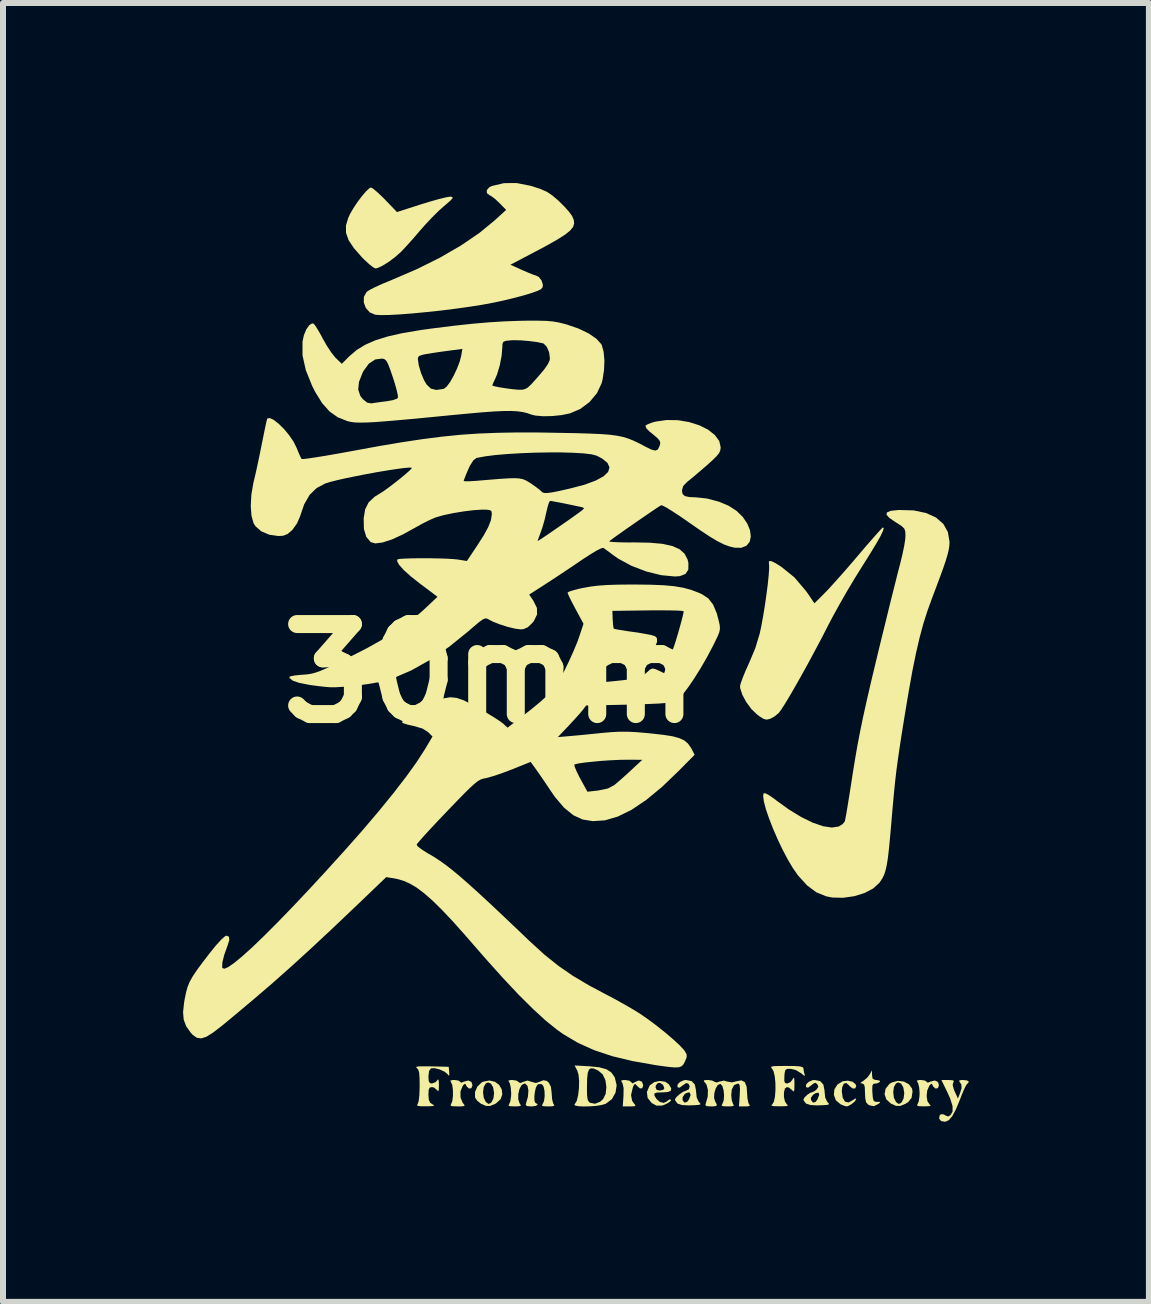
<source format=kicad_pcb>
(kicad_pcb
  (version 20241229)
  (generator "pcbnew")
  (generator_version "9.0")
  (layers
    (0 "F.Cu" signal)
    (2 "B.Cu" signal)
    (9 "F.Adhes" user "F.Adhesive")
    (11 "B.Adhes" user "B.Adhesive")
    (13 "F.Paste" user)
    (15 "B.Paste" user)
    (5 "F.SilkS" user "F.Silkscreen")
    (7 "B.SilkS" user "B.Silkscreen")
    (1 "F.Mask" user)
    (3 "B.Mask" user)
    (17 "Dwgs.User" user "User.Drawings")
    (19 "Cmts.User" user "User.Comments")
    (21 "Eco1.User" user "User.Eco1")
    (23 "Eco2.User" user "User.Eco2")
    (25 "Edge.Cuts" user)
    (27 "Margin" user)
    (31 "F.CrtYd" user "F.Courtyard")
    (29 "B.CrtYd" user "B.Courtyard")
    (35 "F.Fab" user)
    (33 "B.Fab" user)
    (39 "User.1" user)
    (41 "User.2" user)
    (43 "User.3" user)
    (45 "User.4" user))
  (footprint "30mm"
    (layer "F.Cu")
    (at 5.115 8.169)
    (property "Reference" "30mm" (at 0 0 0) (layer "F.SilkS") (effects (font (size 1.5 1.5) (thickness 0.3))))
    (attr board_only exclude_from_pos_files exclude_from_bom)
    (fp_poly (pts (xy 2.319 6.786) (xy 2.354 6.812) (xy 2.374 6.833) (xy 2.415 6.809) (xy 2.415 6.809) (xy 2.478 6.783) (xy 2.53 6.803) (xy 2.552 6.862) (xy 2.552 6.862) (xy 2.536 6.912) (xy 2.497 6.915) (xy 2.447 6.871) (xy 2.419 6.84) (xy 2.398 6.854) (xy 2.378 6.902) (xy 2.349 7.026) (xy 2.367 7.122) (xy 2.395 7.162) (xy 2.422 7.196) (xy 2.412 7.211) (xy 2.356 7.215) (xy 2.327 7.215) (xy 2.211 7.215) (xy 2.223 7.039) (xy 2.225 6.911) (xy 2.208 6.832) (xy 2.2 6.819) (xy 2.183 6.789) (xy 2.209 6.777) (xy 2.252 6.775)) (stroke (width 0) (type solid)) (fill yes) (layer "F.SilkS"))
    (fp_poly (pts (xy 6.039 6.804) (xy 6.09 6.845) (xy 6.101 6.877) (xy 6.083 6.916) (xy 6.04 6.916) (xy 5.991 6.878) (xy 5.98 6.863) (xy 5.934 6.824) (xy 5.893 6.837) (xy 5.867 6.896) (xy 5.86 6.963) (xy 5.875 7.071) (xy 5.914 7.135) (xy 5.972 7.15) (xy 6.044 7.111) (xy 6.047 7.108) (xy 6.087 7.083) (xy 6.101 7.092) (xy 6.078 7.131) (xy 6.025 7.176) (xy 5.967 7.209) (xy 5.94 7.215) (xy 5.893 7.202) (xy 5.837 7.178) (xy 5.761 7.112) (xy 5.728 7.024) (xy 5.737 6.932) (xy 5.787 6.851) (xy 5.876 6.796) (xy 5.876 6.796) (xy 5.961 6.786)) (stroke (width 0) (type solid)) (fill yes) (layer "F.SilkS"))
    (fp_poly (pts (xy -0.528 6.784) (xy -0.499 6.804) (xy -0.499 6.806) (xy -0.478 6.82) (xy -0.438 6.803) (xy -0.362 6.783) (xy -0.31 6.808) (xy -0.293 6.862) (xy -0.311 6.911) (xy -0.351 6.918) (xy -0.389 6.883) (xy -0.395 6.871) (xy -0.413 6.837) (xy -0.436 6.849) (xy -0.457 6.876) (xy -0.493 6.965) (xy -0.492 7.067) (xy -0.457 7.153) (xy -0.45 7.162) (xy -0.425 7.194) (xy -0.432 7.209) (xy -0.482 7.215) (xy -0.544 7.215) (xy -0.627 7.212) (xy -0.66 7.201) (xy -0.651 7.18) (xy -0.629 7.127) (xy -0.618 7.04) (xy -0.619 6.943) (xy -0.63 6.858) (xy -0.651 6.81) (xy -0.663 6.786) (xy -0.629 6.776) (xy -0.592 6.775)) (stroke (width 0) (type solid)) (fill yes) (layer "F.SilkS"))
    (fp_poly (pts (xy 6.894 6.801) (xy 6.978 6.846) (xy 7.03 6.916) (xy 7.039 6.968) (xy 7.023 7.072) (xy 6.967 7.143) (xy 6.92 7.172) (xy 6.834 7.207) (xy 6.764 7.206) (xy 6.68 7.169) (xy 6.603 7.1) (xy 6.573 7.012) (xy 6.579 6.981) (xy 6.717 6.981) (xy 6.729 7.072) (xy 6.763 7.14) (xy 6.765 7.142) (xy 6.806 7.174) (xy 6.841 7.161) (xy 6.859 7.144) (xy 6.89 7.082) (xy 6.901 6.994) (xy 6.901 6.992) (xy 6.885 6.897) (xy 6.849 6.835) (xy 6.8 6.815) (xy 6.762 6.833) (xy 6.728 6.893) (xy 6.717 6.981) (xy 6.579 6.981) (xy 6.59 6.921) (xy 6.652 6.842) (xy 6.693 6.817) (xy 6.794 6.789)) (stroke (width 0) (type solid)) (fill yes) (layer "F.SilkS"))
    (fp_poly (pts (xy 0.082 6.805) (xy 0.152 6.858) (xy 0.195 6.932) (xy 0.204 7.016) (xy 0.174 7.097) (xy 0.098 7.166) (xy 0.086 7.172) (xy -0.000064 7.208) (xy -0.071 7.206) (xy -0.152 7.17) (xy -0.215 7.12) (xy -0.25 7.067) (xy -0.251 6.981) (xy -0.117 6.981) (xy -0.105 7.072) (xy -0.071 7.14) (xy -0.069 7.142) (xy -0.028 7.174) (xy 0.007 7.161) (xy 0.025 7.144) (xy 0.056 7.082) (xy 0.067 6.994) (xy 0.067 6.992) (xy 0.051 6.897) (xy 0.015 6.835) (xy -0.034 6.815) (xy -0.072 6.833) (xy -0.106 6.893) (xy -0.117 6.981) (xy -0.251 6.981) (xy -0.251 6.976) (xy -0.211 6.884) (xy -0.14 6.816) (xy -0.117 6.804) (xy -0.01 6.783)) (stroke (width 0) (type solid)) (fill yes) (layer "F.SilkS"))
    (fp_poly (pts (xy 6.364 6.695) (xy 6.374 6.754) (xy 6.415 6.774) (xy 6.44 6.775) (xy 6.49 6.785) (xy 6.497 6.805) (xy 6.455 6.829) (xy 6.42 6.834) (xy 6.386 6.84) (xy 6.37 6.869) (xy 6.368 6.935) (xy 6.37 6.988) (xy 6.378 7.078) (xy 6.392 7.123) (xy 6.421 7.138) (xy 6.45 7.139) (xy 6.498 7.14) (xy 6.492 7.156) (xy 6.466 7.176) (xy 6.396 7.211) (xy 6.329 7.199) (xy 6.299 7.184) (xy 6.266 7.148) (xy 6.251 7.08) (xy 6.247 6.994) (xy 6.244 6.9) (xy 6.232 6.851) (xy 6.206 6.834) (xy 6.196 6.833) (xy 6.169 6.827) (xy 6.193 6.806) (xy 6.215 6.793) (xy 6.284 6.736) (xy 6.324 6.684) (xy 6.363 6.614)) (stroke (width 0) (type solid)) (fill yes) (layer "F.SilkS"))
    (fp_poly (pts (xy 7.244 6.784) (xy 7.274 6.804) (xy 7.274 6.806) (xy 7.294 6.82) (xy 7.335 6.803) (xy 7.41 6.783) (xy 7.463 6.808) (xy 7.479 6.862) (xy 7.461 6.911) (xy 7.422 6.918) (xy 7.383 6.883) (xy 7.378 6.871) (xy 7.359 6.837) (xy 7.336 6.849) (xy 7.316 6.876) (xy 7.283 6.952) (xy 7.274 7.043) (xy 7.287 7.128) (xy 7.322 7.181) (xy 7.325 7.184) (xy 7.344 7.201) (xy 7.317 7.211) (xy 7.239 7.214) (xy 7.231 7.214) (xy 7.147 7.212) (xy 7.113 7.201) (xy 7.121 7.18) (xy 7.121 7.18) (xy 7.142 7.132) (xy 7.154 7.048) (xy 7.157 6.995) (xy 7.15 6.902) (xy 7.133 6.832) (xy 7.121 6.81) (xy 7.109 6.786) (xy 7.144 6.776) (xy 7.18 6.775)) (stroke (width 0) (type solid)) (fill yes) (layer "F.SilkS"))
    (fp_poly (pts (xy 2.919 6.804) (xy 2.98 6.848) (xy 3.019 6.916) (xy 3.01 6.957) (xy 2.951 6.977) (xy 2.874 6.981) (xy 2.78 6.984) (xy 2.737 7) (xy 2.739 7.036) (xy 2.773 7.091) (xy 2.83 7.141) (xy 2.894 7.156) (xy 2.944 7.133) (xy 2.948 7.127) (xy 2.99 7.099) (xy 3 7.098) (xy 3.018 7.109) (xy 2.998 7.135) (xy 2.951 7.166) (xy 2.891 7.193) (xy 2.859 7.202) (xy 2.77 7.201) (xy 2.691 7.157) (xy 2.625 7.073) (xy 2.613 6.975) (xy 2.646 6.896) (xy 2.757 6.896) (xy 2.776 6.94) (xy 2.83 6.951) (xy 2.886 6.938) (xy 2.904 6.913) (xy 2.882 6.856) (xy 2.833 6.823) (xy 2.797 6.825) (xy 2.763 6.863) (xy 2.757 6.896) (xy 2.646 6.896) (xy 2.655 6.875) (xy 2.665 6.861) (xy 2.737 6.81) (xy 2.829 6.791)) (stroke (width 0) (type solid)) (fill yes) (layer "F.SilkS"))
    (fp_poly (pts (xy 7.707 6.779) (xy 7.729 6.794) (xy 7.719 6.813) (xy 7.707 6.859) (xy 7.729 6.937) (xy 7.742 6.967) (xy 7.795 7.083) (xy 7.828 7.001) (xy 7.856 6.91) (xy 7.852 6.849) (xy 7.825 6.81) (xy 7.813 6.786) (xy 7.848 6.776) (xy 7.884 6.775) (xy 7.948 6.783) (xy 7.978 6.803) (xy 7.978 6.805) (xy 7.959 6.833) (xy 7.954 6.834) (xy 7.933 6.86) (xy 7.899 6.928) (xy 7.857 7.028) (xy 7.833 7.091) (xy 7.764 7.259) (xy 7.702 7.376) (xy 7.643 7.445) (xy 7.583 7.471) (xy 7.517 7.46) (xy 7.516 7.46) (xy 7.483 7.421) (xy 7.488 7.37) (xy 7.51 7.346) (xy 7.555 7.347) (xy 7.583 7.363) (xy 7.63 7.383) (xy 7.67 7.362) (xy 7.706 7.302) (xy 7.706 7.212) (xy 7.667 7.086) (xy 7.616 6.973) (xy 7.52 6.775) (xy 7.635 6.775)) (stroke (width 0) (type solid)) (fill yes) (layer "F.SilkS"))
    (fp_poly (pts (xy -1.948 -8.075) (xy -1.883 -8.021) (xy -1.8 -7.943) (xy -1.748 -7.891) (xy -1.551 -7.686) (xy -1.137 -7.819) (xy -0.985 -7.865) (xy -0.849 -7.903) (xy -0.74 -7.93) (xy -0.67 -7.942) (xy -0.655 -7.943) (xy -0.626 -7.934) (xy -0.626 -7.915) (xy -0.659 -7.878) (xy -0.733 -7.814) (xy -0.765 -7.787) (xy -0.86 -7.702) (xy -0.975 -7.587) (xy -1.093 -7.461) (xy -1.167 -7.377) (xy -1.267 -7.26) (xy -1.365 -7.15) (xy -1.448 -7.06) (xy -1.495 -7.012) (xy -1.588 -6.931) (xy -1.692 -6.854) (xy -1.792 -6.792) (xy -1.873 -6.754) (xy -1.908 -6.746) (xy -1.949 -6.766) (xy -2.017 -6.82) (xy -2.1 -6.897) (xy -2.132 -6.929) (xy -2.268 -7.084) (xy -2.357 -7.217) (xy -2.4 -7.34) (xy -2.401 -7.461) (xy -2.362 -7.591) (xy -2.334 -7.651) (xy -2.276 -7.752) (xy -2.205 -7.858) (xy -2.13 -7.957) (xy -2.061 -8.037) (xy -2.006 -8.086) (xy -1.984 -8.095)) (stroke (width 0) (type solid)) (fill yes) (layer "F.SilkS"))
    (fp_poly (pts (xy 3.358 6.793) (xy 3.412 6.851) (xy 3.432 6.953) (xy 3.432 6.965) (xy 3.443 7.068) (xy 3.475 7.136) (xy 3.478 7.14) (xy 3.502 7.166) (xy 3.504 7.181) (xy 3.474 7.19) (xy 3.404 7.195) (xy 3.303 7.198) (xy 3.198 7.192) (xy 3.129 7.17) (xy 3.119 7.163) (xy 3.086 7.117) (xy 3.084 7.112) (xy 3.207 7.112) (xy 3.241 7.153) (xy 3.284 7.139) (xy 3.313 7.1) (xy 3.342 7.024) (xy 3.327 6.986) (xy 3.303 6.981) (xy 3.247 7.004) (xy 3.209 7.059) (xy 3.207 7.112) (xy 3.084 7.112) (xy 3.08 7.098) (xy 3.102 7.062) (xy 3.155 7.014) (xy 3.217 6.972) (xy 3.267 6.952) (xy 3.271 6.951) (xy 3.313 6.929) (xy 3.326 6.879) (xy 3.306 6.838) (xy 3.269 6.825) (xy 3.216 6.86) (xy 3.209 6.866) (xy 3.157 6.904) (xy 3.126 6.896) (xy 3.122 6.89) (xy 3.125 6.848) (xy 3.167 6.807) (xy 3.23 6.779) (xy 3.263 6.775)) (stroke (width 0) (type solid)) (fill yes) (layer "F.SilkS"))
    (fp_poly (pts (xy 5.499 6.793) (xy 5.553 6.851) (xy 5.573 6.953) (xy 5.573 6.965) (xy 5.584 7.068) (xy 5.616 7.136) (xy 5.619 7.14) (xy 5.643 7.166) (xy 5.645 7.181) (xy 5.615 7.19) (xy 5.545 7.195) (xy 5.444 7.198) (xy 5.34 7.192) (xy 5.27 7.17) (xy 5.26 7.163) (xy 5.227 7.119) (xy 5.221 7.1) (xy 5.236 7.073) (xy 5.345 7.073) (xy 5.347 7.108) (xy 5.382 7.152) (xy 5.424 7.14) (xy 5.454 7.1) (xy 5.484 7.023) (xy 5.474 6.986) (xy 5.428 6.993) (xy 5.383 7.02) (xy 5.345 7.073) (xy 5.236 7.073) (xy 5.243 7.061) (xy 5.292 7.016) (xy 5.343 6.984) (xy 5.36 6.981) (xy 5.405 6.962) (xy 5.44 6.933) (xy 5.47 6.887) (xy 5.452 6.845) (xy 5.421 6.821) (xy 5.383 6.837) (xy 5.351 6.865) (xy 5.299 6.903) (xy 5.268 6.896) (xy 5.263 6.89) (xy 5.266 6.848) (xy 5.308 6.807) (xy 5.371 6.779) (xy 5.404 6.775)) (stroke (width 0) (type solid)) (fill yes) (layer "F.SilkS"))
    (fp_poly (pts (xy 1.65 6.546) (xy 1.818 6.563) (xy 1.939 6.596) (xy 2.021 6.65) (xy 2.076 6.728) (xy 2.078 6.733) (xy 2.109 6.862) (xy 2.09 6.987) (xy 2.029 7.095) (xy 1.929 7.17) (xy 1.92 7.174) (xy 1.851 7.193) (xy 1.759 7.207) (xy 1.657 7.214) (xy 1.558 7.216) (xy 1.474 7.212) (xy 1.419 7.201) (xy 1.405 7.184) (xy 1.411 7.177) (xy 1.444 7.124) (xy 1.467 7.03) (xy 1.481 6.914) (xy 1.481 6.913) (xy 1.614 6.913) (xy 1.616 7.029) (xy 1.626 7.101) (xy 1.647 7.14) (xy 1.664 7.154) (xy 1.748 7.171) (xy 1.835 7.137) (xy 1.884 7.092) (xy 1.926 7.006) (xy 1.938 6.893) (xy 1.922 6.778) (xy 1.878 6.685) (xy 1.87 6.675) (xy 1.8 6.617) (xy 1.727 6.584) (xy 1.679 6.58) (xy 1.647 6.603) (xy 1.627 6.659) (xy 1.617 6.757) (xy 1.614 6.905) (xy 1.614 6.913) (xy 1.481 6.913) (xy 1.484 6.794) (xy 1.474 6.687) (xy 1.453 6.618) (xy 1.408 6.533)) (stroke (width 0) (type solid)) (fill yes) (layer "F.SilkS"))
    (fp_poly (pts (xy -0.983 6.548) (xy -0.689 6.555) (xy -0.681 6.643) (xy -0.679 6.698) (xy -0.69 6.701) (xy -0.704 6.682) (xy -0.755 6.638) (xy -0.837 6.6) (xy -0.923 6.578) (xy -0.984 6.581) (xy -1.016 6.624) (xy -1.027 6.716) (xy -1.022 6.793) (xy -1.002 6.827) (xy -0.969 6.834) (xy -0.908 6.811) (xy -0.882 6.783) (xy -0.864 6.763) (xy -0.855 6.788) (xy -0.852 6.863) (xy -0.855 6.94) (xy -0.864 6.964) (xy -0.882 6.944) (xy -0.933 6.901) (xy -0.969 6.893) (xy -1.006 6.902) (xy -1.023 6.94) (xy -1.027 7.02) (xy -1.02 7.107) (xy -0.996 7.156) (xy -0.961 7.179) (xy -0.932 7.197) (xy -0.944 7.207) (xy -1.002 7.212) (xy -1.069 7.213) (xy -1.165 7.212) (xy -1.211 7.204) (xy -1.214 7.187) (xy -1.208 7.18) (xy -1.19 7.13) (xy -1.178 7.028) (xy -1.173 6.881) (xy -1.173 6.874) (xy -1.175 6.741) (xy -1.181 6.656) (xy -1.195 6.605) (xy -1.217 6.577) (xy -1.225 6.572) (xy -1.232 6.558) (xy -1.195 6.549) (xy -1.108 6.547)) (stroke (width 0) (type solid)) (fill yes) (layer "F.SilkS"))
    (fp_poly (pts (xy 5.073 6.542) (xy 5.159 6.548) (xy 5.205 6.56) (xy 5.221 6.579) (xy 5.221 6.582) (xy 5.23 6.645) (xy 5.24 6.678) (xy 5.246 6.707) (xy 5.224 6.697) (xy 5.184 6.663) (xy 5.094 6.609) (xy 5.011 6.589) (xy 4.949 6.59) (xy 4.919 6.61) (xy 4.907 6.666) (xy 4.904 6.709) (xy 4.902 6.789) (xy 4.915 6.825) (xy 4.95 6.834) (xy 4.951 6.834) (xy 5.005 6.81) (xy 5.038 6.768) (xy 5.057 6.737) (xy 5.067 6.747) (xy 5.071 6.805) (xy 5.071 6.849) (xy 5.07 6.932) (xy 5.062 6.966) (xy 5.045 6.958) (xy 5.033 6.944) (xy 4.981 6.902) (xy 4.946 6.893) (xy 4.913 6.917) (xy 4.897 6.978) (xy 4.896 7.056) (xy 4.912 7.129) (xy 4.943 7.179) (xy 4.949 7.184) (xy 4.965 7.2) (xy 4.935 7.21) (xy 4.855 7.213) (xy 4.825 7.213) (xy 4.73 7.211) (xy 4.688 7.203) (xy 4.692 7.189) (xy 4.7 7.184) (xy 4.728 7.138) (xy 4.747 7.052) (xy 4.755 6.94) (xy 4.754 6.822) (xy 4.743 6.712) (xy 4.722 6.627) (xy 4.703 6.594) (xy 4.684 6.57) (xy 4.686 6.554) (xy 4.718 6.545) (xy 4.789 6.542) (xy 4.908 6.541) (xy 4.938 6.541)) (stroke (width 0) (type solid)) (fill yes) (layer "F.SilkS"))
    (fp_poly (pts (xy 3.7 6.784) (xy 3.74 6.805) (xy 3.74 6.805) (xy 3.779 6.817) (xy 3.818 6.802) (xy 3.897 6.785) (xy 3.946 6.8) (xy 4.032 6.815) (xy 4.102 6.797) (xy 4.187 6.781) (xy 4.244 6.81) (xy 4.275 6.887) (xy 4.282 6.993) (xy 4.289 7.087) (xy 4.305 7.158) (xy 4.317 7.18) (xy 4.329 7.204) (xy 4.294 7.214) (xy 4.25 7.215) (xy 4.147 7.215) (xy 4.16 7.025) (xy 4.164 6.918) (xy 4.158 6.859) (xy 4.14 6.836) (xy 4.13 6.834) (xy 4.065 6.86) (xy 4.027 6.935) (xy 4.018 7.025) (xy 4.026 7.109) (xy 4.047 7.171) (xy 4.053 7.18) (xy 4.063 7.202) (xy 4.029 7.213) (xy 3.962 7.215) (xy 3.885 7.212) (xy 3.857 7.201) (xy 3.868 7.176) (xy 3.87 7.174) (xy 3.893 7.116) (xy 3.899 7.033) (xy 3.891 6.946) (xy 3.87 6.875) (xy 3.838 6.84) (xy 3.837 6.84) (xy 3.795 6.858) (xy 3.76 6.915) (xy 3.737 6.993) (xy 3.732 7.072) (xy 3.749 7.129) (xy 3.778 7.183) (xy 3.769 7.208) (xy 3.714 7.215) (xy 3.678 7.215) (xy 3.609 7.211) (xy 3.587 7.193) (xy 3.595 7.164) (xy 3.626 7.054) (xy 3.63 6.944) (xy 3.608 6.856) (xy 3.592 6.832) (xy 3.56 6.793) (xy 3.571 6.778) (xy 3.631 6.775)) (stroke (width 0) (type solid)) (fill yes) (layer "F.SilkS"))
    (fp_poly (pts (xy 6.559 -2.419) (xy 6.546 -2.373) (xy 6.507 -2.29) (xy 6.438 -2.168) (xy 6.338 -2.003) (xy 6.207 -1.794) (xy 6.194 -1.774) (xy 6.073 -1.579) (xy 5.944 -1.363) (xy 5.819 -1.144) (xy 5.707 -0.941) (xy 5.629 -0.792) (xy 5.527 -0.593) (xy 5.417 -0.386) (xy 5.305 -0.177) (xy 5.194 0.024) (xy 5.088 0.211) (xy 4.993 0.376) (xy 4.911 0.511) (xy 4.848 0.609) (xy 4.809 0.661) (xy 4.735 0.721) (xy 4.662 0.759) (xy 4.608 0.771) (xy 4.558 0.759) (xy 4.492 0.718) (xy 4.447 0.684) (xy 4.353 0.593) (xy 4.268 0.478) (xy 4.203 0.357) (xy 4.168 0.249) (xy 4.165 0.215) (xy 4.177 0.163) (xy 4.21 0.072) (xy 4.258 -0.046) (xy 4.312 -0.165) (xy 4.419 -0.419) (xy 4.492 -0.661) (xy 4.517 -0.775) (xy 4.549 -0.949) (xy 4.579 -1.133) (xy 4.605 -1.315) (xy 4.627 -1.484) (xy 4.642 -1.631) (xy 4.65 -1.744) (xy 4.649 -1.813) (xy 4.647 -1.823) (xy 4.645 -1.867) (xy 4.68 -1.872) (xy 4.753 -1.838) (xy 4.851 -1.777) (xy 5.071 -1.599) (xy 5.264 -1.372) (xy 5.308 -1.31) (xy 5.404 -1.167) (xy 5.569 -1.331) (xy 5.64 -1.405) (xy 5.739 -1.514) (xy 5.858 -1.647) (xy 5.988 -1.796) (xy 6.119 -1.949) (xy 6.13 -1.962) (xy 6.249 -2.102) (xy 6.356 -2.225) (xy 6.444 -2.325) (xy 6.508 -2.396) (xy 6.542 -2.43) (xy 6.545 -2.432)) (stroke (width 0) (type solid)) (fill yes) (layer "F.SilkS"))
    (fp_poly (pts (xy 0.44 6.785) (xy 0.475 6.808) (xy 0.476 6.809) (xy 0.5 6.827) (xy 0.555 6.806) (xy 0.555 6.806) (xy 0.624 6.784) (xy 0.689 6.805) (xy 0.762 6.825) (xy 0.816 6.808) (xy 0.889 6.779) (xy 0.944 6.79) (xy 0.98 6.821) (xy 1.014 6.889) (xy 1.027 6.998) (xy 1.027 7.006) (xy 1.034 7.096) (xy 1.051 7.164) (xy 1.062 7.18) (xy 1.071 7.202) (xy 1.038 7.213) (xy 0.968 7.215) (xy 0.89 7.212) (xy 0.863 7.2) (xy 0.874 7.18) (xy 0.899 7.126) (xy 0.91 7.044) (xy 0.907 6.956) (xy 0.891 6.882) (xy 0.863 6.844) (xy 0.807 6.844) (xy 0.787 6.857) (xy 0.763 6.903) (xy 0.746 6.976) (xy 0.738 7.056) (xy 0.74 7.122) (xy 0.755 7.156) (xy 0.759 7.157) (xy 0.79 7.177) (xy 0.792 7.186) (xy 0.766 7.205) (xy 0.702 7.215) (xy 0.686 7.215) (xy 0.617 7.21) (xy 0.594 7.191) (xy 0.598 7.169) (xy 0.631 7.053) (xy 0.639 6.951) (xy 0.624 6.874) (xy 0.587 6.836) (xy 0.572 6.834) (xy 0.525 6.86) (xy 0.49 6.925) (xy 0.47 7.01) (xy 0.47 7.097) (xy 0.493 7.166) (xy 0.504 7.18) (xy 0.514 7.202) (xy 0.48 7.213) (xy 0.411 7.215) (xy 0.333 7.212) (xy 0.306 7.2) (xy 0.317 7.18) (xy 0.337 7.132) (xy 0.35 7.048) (xy 0.352 6.995) (xy 0.345 6.902) (xy 0.329 6.832) (xy 0.317 6.81) (xy 0.304 6.786) (xy 0.339 6.776) (xy 0.373 6.775)) (stroke (width 0) (type solid)) (fill yes) (layer "F.SilkS"))
    (fp_poly (pts (xy 0.673 -8.124) (xy 0.713 -8.112) (xy 0.848 -8.067) (xy 0.949 -8.022) (xy 1.037 -7.963) (xy 1.135 -7.879) (xy 1.145 -7.87) (xy 1.235 -7.781) (xy 1.312 -7.695) (xy 1.362 -7.628) (xy 1.368 -7.618) (xy 1.395 -7.553) (xy 1.401 -7.495) (xy 1.383 -7.438) (xy 1.335 -7.378) (xy 1.252 -7.311) (xy 1.13 -7.233) (xy 0.965 -7.139) (xy 0.752 -7.025) (xy 0.734 -7.016) (xy 0.339 -6.808) (xy 0.539 -6.718) (xy 0.639 -6.675) (xy 0.718 -6.643) (xy 0.761 -6.629) (xy 0.763 -6.629) (xy 0.813 -6.604) (xy 0.858 -6.545) (xy 0.88 -6.475) (xy 0.88 -6.467) (xy 0.874 -6.43) (xy 0.848 -6.401) (xy 0.792 -6.373) (xy 0.694 -6.338) (xy 0.643 -6.322) (xy 0.515 -6.285) (xy 0.353 -6.243) (xy 0.178 -6.202) (xy 0.04 -6.173) (xy -0.144 -6.139) (xy -0.356 -6.106) (xy -0.586 -6.074) (xy -0.826 -6.044) (xy -1.064 -6.019) (xy -1.293 -5.997) (xy -1.501 -5.981) (xy -1.681 -5.971) (xy -1.821 -5.969) (xy -1.913 -5.975) (xy -2.004 -6.014) (xy -2.07 -6.088) (xy -2.104 -6.18) (xy -2.102 -6.275) (xy -2.056 -6.356) (xy -2.053 -6.358) (xy -2.004 -6.39) (xy -1.913 -6.436) (xy -1.792 -6.491) (xy -1.653 -6.548) (xy -1.635 -6.556) (xy -1.221 -6.734) (xy -0.835 -6.926) (xy -0.485 -7.129) (xy -0.178 -7.338) (xy 0.074 -7.545) (xy 0.268 -7.722) (xy 0.157 -7.835) (xy 0.085 -7.903) (xy 0.021 -7.951) (xy -0.006 -7.965) (xy -0.053 -8) (xy -0.054 -8.051) (xy -0.013 -8.099) (xy 0.03 -8.12) (xy 0.233 -8.168) (xy 0.443 -8.169)) (stroke (width 0) (type solid)) (fill yes) (layer "F.SilkS"))
    (fp_poly (pts (xy 7.058 -2.715) (xy 7.263 -2.672) (xy 7.429 -2.597) (xy 7.552 -2.49) (xy 7.628 -2.354) (xy 7.655 -2.192) (xy 7.655 -2.188) (xy 7.652 -2.127) (xy 7.642 -2.059) (xy 7.622 -1.977) (xy 7.591 -1.873) (xy 7.546 -1.741) (xy 7.484 -1.572) (xy 7.404 -1.359) (xy 7.363 -1.25) (xy 7.287 -1.041) (xy 7.219 -0.827) (xy 7.157 -0.597) (xy 7.098 -0.343) (xy 7.039 -0.054) (xy 6.979 0.28) (xy 6.954 0.425) (xy 6.903 0.734) (xy 6.861 0.996) (xy 6.826 1.221) (xy 6.797 1.42) (xy 6.772 1.604) (xy 6.751 1.784) (xy 6.732 1.969) (xy 6.713 2.171) (xy 6.693 2.401) (xy 6.688 2.464) (xy 6.666 2.714) (xy 6.647 2.914) (xy 6.629 3.07) (xy 6.61 3.191) (xy 6.589 3.284) (xy 6.565 3.357) (xy 6.535 3.417) (xy 6.499 3.472) (xy 6.489 3.487) (xy 6.385 3.583) (xy 6.239 3.66) (xy 6.067 3.713) (xy 5.882 3.739) (xy 5.701 3.735) (xy 5.597 3.714) (xy 5.435 3.647) (xy 5.283 3.534) (xy 5.132 3.368) (xy 5.129 3.364) (xy 5.047 3.247) (xy 4.96 3.101) (xy 4.873 2.936) (xy 4.789 2.759) (xy 4.712 2.581) (xy 4.646 2.411) (xy 4.594 2.258) (xy 4.561 2.13) (xy 4.55 2.038) (xy 4.559 1.997) (xy 4.59 1.999) (xy 4.656 2.035) (xy 4.749 2.1) (xy 4.768 2.116) (xy 4.98 2.269) (xy 5.185 2.394) (xy 5.377 2.488) (xy 5.549 2.547) (xy 5.695 2.569) (xy 5.807 2.552) (xy 5.808 2.552) (xy 5.873 2.512) (xy 5.91 2.468) (xy 5.919 2.427) (xy 5.936 2.336) (xy 5.958 2.204) (xy 5.985 2.038) (xy 6.015 1.848) (xy 6.042 1.672) (xy 6.08 1.437) (xy 6.12 1.206) (xy 6.165 0.971) (xy 6.217 0.72) (xy 6.278 0.444) (xy 6.35 0.133) (xy 6.435 -0.223) (xy 6.452 -0.293) (xy 6.518 -0.566) (xy 6.584 -0.833) (xy 6.646 -1.087) (xy 6.704 -1.32) (xy 6.755 -1.522) (xy 6.796 -1.687) (xy 6.827 -1.805) (xy 6.835 -1.836) (xy 6.87 -1.98) (xy 6.899 -2.118) (xy 6.917 -2.231) (xy 6.921 -2.29) (xy 6.918 -2.362) (xy 6.902 -2.411) (xy 6.86 -2.452) (xy 6.783 -2.503) (xy 6.758 -2.518) (xy 6.654 -2.589) (xy 6.605 -2.643) (xy 6.613 -2.682) (xy 6.677 -2.708) (xy 6.799 -2.721) (xy 6.815 -2.722)) (stroke (width 0) (type solid)) (fill yes) (layer "F.SilkS"))
    (fp_poly (pts (xy 0.936 -5.873) (xy 1.047 -5.863) (xy 1.146 -5.846) (xy 1.249 -5.82) (xy 1.276 -5.813) (xy 1.474 -5.745) (xy 1.642 -5.664) (xy 1.771 -5.576) (xy 1.852 -5.486) (xy 1.862 -5.467) (xy 1.892 -5.359) (xy 1.905 -5.215) (xy 1.899 -5.055) (xy 1.875 -4.898) (xy 1.86 -4.837) (xy 1.782 -4.67) (xy 1.658 -4.521) (xy 1.501 -4.404) (xy 1.332 -4.332) (xy 1.192 -4.303) (xy 1.036 -4.287) (xy 0.884 -4.284) (xy 0.756 -4.295) (xy 0.69 -4.311) (xy 0.618 -4.336) (xy 0.543 -4.354) (xy 0.457 -4.366) (xy 0.354 -4.372) (xy 0.228 -4.371) (xy 0.072 -4.364) (xy -0.122 -4.35) (xy -0.358 -4.329) (xy -0.645 -4.302) (xy -0.718 -4.295) (xy -1.055 -4.262) (xy -1.339 -4.235) (xy -1.575 -4.214) (xy -1.769 -4.198) (xy -1.926 -4.186) (xy -2.051 -4.18) (xy -2.15 -4.178) (xy -2.227 -4.179) (xy -2.289 -4.185) (xy -2.341 -4.194) (xy -2.378 -4.203) (xy -2.537 -4.266) (xy -2.674 -4.363) (xy -2.797 -4.501) (xy -2.912 -4.686) (xy -2.933 -4.728) (xy -2.197 -4.728) (xy -2.161 -4.621) (xy -2.12 -4.569) (xy -2.048 -4.511) (xy -1.981 -4.498) (xy -1.966 -4.5) (xy -1.896 -4.511) (xy -1.794 -4.525) (xy -1.721 -4.534) (xy -1.619 -4.552) (xy -1.552 -4.576) (xy -1.535 -4.593) (xy -1.537 -4.636) (xy -1.556 -4.72) (xy -1.588 -4.834) (xy -1.62 -4.934) (xy -1.666 -5.068) (xy -1.7 -5.156) (xy -1.729 -5.208) (xy -1.758 -5.234) (xy -1.768 -5.237) (xy -1.203 -5.237) (xy -1.188 -5.133) (xy -1.151 -5.007) (xy -1.1 -4.885) (xy -1.057 -4.812) (xy -0.987 -4.745) (xy -0.898 -4.722) (xy -0.776 -4.739) (xy -0.77 -4.741) (xy -0.723 -4.777) (xy -0.71 -4.795) (xy 0.038 -4.795) (xy 0.081 -4.782) (xy 0.163 -4.765) (xy 0.266 -4.749) (xy 0.37 -4.735) (xy 0.456 -4.727) (xy 0.472 -4.726) (xy 0.534 -4.726) (xy 0.582 -4.736) (xy 0.628 -4.762) (xy 0.684 -4.814) (xy 0.762 -4.9) (xy 0.801 -4.944) (xy 0.901 -5.062) (xy 0.963 -5.151) (xy 0.993 -5.217) (xy 0.997 -5.251) (xy 0.983 -5.353) (xy 0.945 -5.44) (xy 0.894 -5.494) (xy 0.883 -5.498) (xy 0.788 -5.519) (xy 0.659 -5.536) (xy 0.52 -5.548) (xy 0.395 -5.551) (xy 0.345 -5.549) (xy 0.261 -5.54) (xy 0.22 -5.522) (xy 0.206 -5.484) (xy 0.205 -5.442) (xy 0.193 -5.295) (xy 0.162 -5.132) (xy 0.117 -4.982) (xy 0.088 -4.914) (xy 0.055 -4.844) (xy 0.038 -4.801) (xy 0.038 -4.795) (xy -0.71 -4.795) (xy -0.666 -4.854) (xy -0.606 -4.96) (xy -0.55 -5.079) (xy -0.505 -5.197) (xy -0.481 -5.291) (xy -0.461 -5.406) (xy -0.604 -5.387) (xy -0.805 -5.36) (xy -0.955 -5.338) (xy -1.061 -5.321) (xy -1.132 -5.306) (xy -1.174 -5.291) (xy -1.195 -5.274) (xy -1.202 -5.254) (xy -1.203 -5.237) (xy -1.768 -5.237) (xy -1.793 -5.244) (xy -1.797 -5.245) (xy -1.913 -5.23) (xy -2.019 -5.161) (xy -2.109 -5.038) (xy -2.123 -5.011) (xy -2.184 -4.856) (xy -2.197 -4.728) (xy -2.933 -4.728) (xy -2.962 -4.784) (xy -3.07 -5.052) (xy -3.125 -5.299) (xy -3.125 -5.525) (xy -3.125 -5.528) (xy -3.101 -5.637) (xy -3.061 -5.732) (xy -3.013 -5.801) (xy -2.965 -5.831) (xy -2.939 -5.826) (xy -2.911 -5.792) (xy -2.865 -5.718) (xy -2.809 -5.62) (xy -2.787 -5.577) (xy -2.719 -5.458) (xy -2.647 -5.348) (xy -2.582 -5.266) (xy -2.569 -5.253) (xy -2.47 -5.157) (xy -2.341 -5.287) (xy -2.222 -5.388) (xy -2.08 -5.475) (xy -1.909 -5.55) (xy -1.702 -5.614) (xy -1.454 -5.67) (xy -1.156 -5.72) (xy -0.968 -5.746) (xy -0.608 -5.791) (xy -0.294 -5.825) (xy -0.013 -5.849) (xy 0.247 -5.865) (xy 0.499 -5.874) (xy 0.616 -5.876) (xy 0.798 -5.876)) (stroke (width 0) (type solid)) (fill yes) (layer "F.SilkS"))
    (fp_poly (pts (xy 2.42 -1.48) (xy 2.681 -1.477) (xy 2.894 -1.468) (xy 3.069 -1.452) (xy 3.217 -1.427) (xy 3.348 -1.392) (xy 3.472 -1.345) (xy 3.532 -1.318) (xy 3.636 -1.249) (xy 3.716 -1.146) (xy 3.777 -1.001) (xy 3.813 -0.865) (xy 3.827 -0.797) (xy 3.83 -0.742) (xy 3.819 -0.685) (xy 3.789 -0.611) (xy 3.738 -0.506) (xy 3.71 -0.45) (xy 3.613 -0.267) (xy 3.509 -0.087) (xy 3.404 0.081) (xy 3.303 0.229) (xy 3.213 0.348) (xy 3.139 0.431) (xy 3.093 0.465) (xy 3.04 0.48) (xy 2.947 0.492) (xy 2.81 0.503) (xy 2.624 0.511) (xy 2.386 0.519) (xy 2.303 0.521) (xy 1.6 0.536) (xy 1.542 0.613) (xy 1.494 0.67) (xy 1.42 0.753) (xy 1.332 0.848) (xy 1.306 0.876) (xy 1.129 1.062) (xy 1.291 1.048) (xy 1.383 1.04) (xy 1.516 1.028) (xy 1.672 1.012) (xy 1.834 0.996) (xy 1.841 0.995) (xy 2.01 0.98) (xy 2.151 0.972) (xy 2.285 0.972) (xy 2.431 0.979) (xy 2.609 0.994) (xy 2.68 1.001) (xy 2.884 1.024) (xy 3.039 1.048) (xy 3.153 1.079) (xy 3.236 1.118) (xy 3.297 1.169) (xy 3.345 1.237) (xy 3.362 1.267) (xy 3.408 1.357) (xy 3.148 1.62) (xy 2.866 1.891) (xy 2.603 2.108) (xy 2.358 2.273) (xy 2.128 2.386) (xy 1.913 2.449) (xy 1.71 2.462) (xy 1.539 2.434) (xy 1.388 2.364) (xy 1.234 2.239) (xy 1.083 2.062) (xy 1.01 1.957) (xy 0.931 1.838) (xy 0.85 1.719) (xy 0.782 1.622) (xy 0.774 1.61) (xy 0.709 1.521) (xy 1.404 1.521) (xy 1.409 1.553) (xy 1.438 1.624) (xy 1.484 1.719) (xy 1.504 1.756) (xy 1.622 1.972) (xy 1.801 1.952) (xy 1.963 1.918) (xy 2.068 1.863) (xy 2.13 1.811) (xy 2.219 1.733) (xy 2.318 1.643) (xy 2.346 1.617) (xy 2.537 1.44) (xy 2.282 1.439) (xy 2.155 1.441) (xy 2.009 1.448) (xy 1.856 1.458) (xy 1.708 1.472) (xy 1.577 1.486) (xy 1.475 1.501) (xy 1.415 1.515) (xy 1.404 1.521) (xy 0.709 1.521) (xy 0.676 1.475) (xy 0.36 1.602) (xy 0.22 1.655) (xy 0.087 1.701) (xy -0.022 1.734) (xy -0.081 1.748) (xy -0.123 1.756) (xy -0.164 1.772) (xy -0.21 1.8) (xy -0.267 1.846) (xy -0.341 1.914) (xy -0.438 2.01) (xy -0.564 2.139) (xy -0.712 2.293) (xy -0.851 2.439) (xy -0.977 2.573) (xy -1.082 2.687) (xy -1.162 2.777) (xy -1.211 2.835) (xy -1.224 2.854) (xy -1.204 2.884) (xy -1.143 2.931) (xy -1.054 2.988) (xy -1.027 3.004) (xy -0.934 3.058) (xy -0.84 3.12) (xy -0.74 3.191) (xy -0.629 3.277) (xy -0.504 3.381) (xy -0.361 3.506) (xy -0.195 3.656) (xy -0.002 3.834) (xy 0.221 4.044) (xy 0.479 4.289) (xy 0.662 4.464) (xy 0.902 4.683) (xy 1.136 4.871) (xy 1.381 5.04) (xy 1.654 5.202) (xy 1.912 5.339) (xy 2.072 5.423) (xy 2.238 5.516) (xy 2.391 5.604) (xy 2.508 5.677) (xy 2.644 5.772) (xy 2.788 5.88) (xy 2.929 5.993) (xy 3.057 6.103) (xy 3.161 6.199) (xy 3.231 6.275) (xy 3.245 6.294) (xy 3.275 6.348) (xy 3.276 6.395) (xy 3.249 6.462) (xy 3.246 6.469) (xy 3.221 6.516) (xy 3.191 6.546) (xy 3.146 6.563) (xy 3.077 6.566) (xy 2.974 6.557) (xy 2.826 6.537) (xy 2.757 6.527) (xy 2.37 6.459) (xy 2.031 6.377) (xy 1.732 6.277) (xy 1.464 6.156) (xy 1.218 6.01) (xy 1.115 5.937) (xy 0.931 5.789) (xy 0.718 5.594) (xy 0.477 5.355) (xy 0.213 5.074) (xy -0.074 4.754) (xy -0.191 4.62) (xy -0.426 4.35) (xy -0.629 4.123) (xy -0.806 3.936) (xy -0.961 3.784) (xy -1.098 3.664) (xy -1.221 3.571) (xy -1.336 3.503) (xy -1.445 3.455) (xy -1.555 3.424) (xy -1.609 3.414) (xy -1.73 3.395) (xy -2.247 3.89) (xy -2.628 4.252) (xy -2.979 4.58) (xy -3.309 4.881) (xy -3.627 5.163) (xy -3.944 5.435) (xy -4.267 5.706) (xy -4.482 5.883) (xy -4.622 5.99) (xy -4.729 6.056) (xy -4.815 6.082) (xy -4.886 6.071) (xy -4.953 6.024) (xy -4.992 5.981) (xy -5.064 5.878) (xy -5.104 5.771) (xy -5.115 5.645) (xy -5.098 5.486) (xy -5.087 5.423) (xy -5.065 5.316) (xy -5.04 5.225) (xy -5.005 5.14) (xy -4.955 5.05) (xy -4.885 4.945) (xy -4.789 4.815) (xy -4.667 4.656) (xy -4.568 4.534) (xy -4.484 4.441) (xy -4.422 4.385) (xy -4.393 4.37) (xy -4.35 4.388) (xy -4.345 4.444) (xy -4.374 4.537) (xy -4.43 4.693) (xy -4.46 4.816) (xy -4.463 4.897) (xy -4.46 4.908) (xy -4.429 4.922) (xy -4.361 4.893) (xy -4.26 4.822) (xy -4.125 4.711) (xy -3.96 4.562) (xy -3.766 4.375) (xy -3.545 4.154) (xy -3.298 3.899) (xy -3.026 3.611) (xy -2.733 3.294) (xy -2.425 2.954) (xy -2.126 2.616) (xy -1.853 2.295) (xy -1.61 1.996) (xy -1.399 1.723) (xy -1.225 1.481) (xy -1.091 1.274) (xy -1.083 1.261) (xy -0.959 1.052) (xy -1.031 0.98) (xy -1.127 0.919) (xy -1.275 0.876) (xy -1.285 0.874) (xy -1.379 0.853) (xy -1.444 0.832) (xy -1.467 0.817) (xy -1.439 0.769) (xy -1.358 0.704) (xy -1.226 0.624) (xy -1.058 0.537) (xy -0.899 0.463) (xy -0.771 0.416) (xy -0.661 0.398) (xy -0.555 0.409) (xy -0.437 0.45) (xy -0.294 0.522) (xy -0.18 0.586) (xy -0.048 0.663) (xy 0.071 0.736) (xy 0.164 0.797) (xy 0.22 0.838) (xy 0.222 0.841) (xy 0.292 0.905) (xy 0.505 0.74) (xy 0.686 0.599) (xy 0.827 0.483) (xy 0.937 0.385) (xy 1.023 0.295) (xy 1.093 0.205) (xy 1.145 0.123) (xy 1.848 0.123) (xy 1.849 0.135) (xy 1.86 0.142) (xy 1.889 0.144) (xy 1.947 0.141) (xy 2.043 0.132) (xy 2.186 0.117) (xy 2.206 0.115) (xy 2.345 0.098) (xy 2.44 0.083) (xy 2.505 0.062) (xy 2.555 0.033) (xy 2.603 -0.008) (xy 2.664 -0.063) (xy 2.706 -0.082) (xy 2.754 -0.071) (xy 2.799 -0.051) (xy 2.9 -0.003) (xy 2.962 -0.17) (xy 3.004 -0.285) (xy 3.046 -0.398) (xy 3.066 -0.455) (xy 3.092 -0.534) (xy 3.124 -0.64) (xy 3.158 -0.757) (xy 3.189 -0.871) (xy 3.213 -0.965) (xy 3.225 -1.024) (xy 3.226 -1.034) (xy 3.198 -1.041) (xy 3.121 -1.046) (xy 3.002 -1.049) (xy 2.85 -1.05) (xy 2.675 -1.05) (xy 2.632 -1.049) (xy 2.038 -1.041) (xy 2.043 -0.899) (xy 2.049 -0.814) (xy 2.057 -0.757) (xy 2.061 -0.745) (xy 2.094 -0.736) (xy 2.171 -0.722) (xy 2.277 -0.705) (xy 2.32 -0.699) (xy 2.451 -0.681) (xy 2.573 -0.66) (xy 2.665 -0.643) (xy 2.678 -0.64) (xy 2.75 -0.618) (xy 2.78 -0.588) (xy 2.782 -0.531) (xy 2.781 -0.519) (xy 2.744 -0.431) (xy 2.653 -0.361) (xy 2.51 -0.31) (xy 2.318 -0.278) (xy 2.229 -0.271) (xy 1.968 -0.256) (xy 1.908 -0.078) (xy 1.877 0.017) (xy 1.855 0.091) (xy 1.848 0.123) (xy 1.145 0.123) (xy 1.157 0.106) (xy 1.22 -0.011) (xy 1.244 -0.055) (xy 1.317 -0.207) (xy 1.389 -0.367) (xy 1.45 -0.513) (xy 1.481 -0.598) (xy 1.557 -0.826) (xy 1.424 -1.072) (xy 1.366 -1.182) (xy 1.321 -1.272) (xy 1.295 -1.331) (xy 1.291 -1.345) (xy 1.317 -1.362) (xy 1.389 -1.385) (xy 1.494 -1.412) (xy 1.562 -1.426) (xy 1.681 -1.447) (xy 1.805 -1.462) (xy 1.948 -1.472) (xy 2.121 -1.478) (xy 2.337 -1.48)) (stroke (width 0) (type solid)) (fill yes) (layer "F.SilkS"))
    (fp_poly (pts (xy -3.6 -4.22) (xy -3.518 -4.155) (xy -3.43 -4.068) (xy -3.347 -3.967) (xy -3.275 -3.862) (xy -3.228 -3.768) (xy -3.189 -3.674) (xy -3.157 -3.603) (xy -3.14 -3.572) (xy -3.108 -3.571) (xy -3.025 -3.581) (xy -2.9 -3.6) (xy -2.738 -3.626) (xy -2.549 -3.659) (xy -2.338 -3.697) (xy -2.272 -3.709) (xy -1.847 -3.787) (xy -1.467 -3.851) (xy -1.122 -3.903) (xy -0.801 -3.944) (xy -0.493 -3.975) (xy -0.187 -3.996) (xy 0.128 -4.008) (xy 0.462 -4.014) (xy 0.828 -4.013) (xy 1.161 -4.007) (xy 1.436 -4.002) (xy 1.662 -3.995) (xy 1.844 -3.987) (xy 1.992 -3.976) (xy 2.113 -3.96) (xy 2.215 -3.939) (xy 2.306 -3.911) (xy 2.395 -3.875) (xy 2.489 -3.83) (xy 2.583 -3.78) (xy 2.686 -3.729) (xy 2.753 -3.712) (xy 2.794 -3.728) (xy 2.821 -3.781) (xy 2.829 -3.804) (xy 2.836 -3.842) (xy 2.825 -3.876) (xy 2.79 -3.918) (xy 2.72 -3.978) (xy 2.657 -4.029) (xy 2.606 -4.08) (xy 2.589 -4.122) (xy 2.591 -4.128) (xy 2.629 -4.152) (xy 2.704 -4.18) (xy 2.76 -4.195) (xy 2.944 -4.221) (xy 3.132 -4.218) (xy 3.315 -4.187) (xy 3.484 -4.134) (xy 3.631 -4.061) (xy 3.745 -3.971) (xy 3.819 -3.87) (xy 3.842 -3.768) (xy 3.837 -3.719) (xy 3.817 -3.671) (xy 3.772 -3.616) (xy 3.697 -3.543) (xy 3.613 -3.467) (xy 3.505 -3.374) (xy 3.404 -3.288) (xy 3.323 -3.221) (xy 3.29 -3.196) (xy 3.218 -3.122) (xy 3.197 -3.048) (xy 3.207 -2.989) (xy 3.245 -2.954) (xy 3.322 -2.937) (xy 3.427 -2.933) (xy 3.615 -2.913) (xy 3.815 -2.86) (xy 3.974 -2.793) (xy 4.106 -2.708) (xy 4.211 -2.606) (xy 4.286 -2.495) (xy 4.331 -2.384) (xy 4.344 -2.281) (xy 4.326 -2.193) (xy 4.273 -2.127) (xy 4.186 -2.092) (xy 4.074 -2.094) (xy 3.99 -2.114) (xy 3.898 -2.148) (xy 3.791 -2.201) (xy 3.662 -2.278) (xy 3.503 -2.383) (xy 3.306 -2.52) (xy 3.285 -2.535) (xy 3.151 -2.627) (xy 3.031 -2.705) (xy 2.936 -2.764) (xy 2.873 -2.796) (xy 2.852 -2.801) (xy 2.819 -2.782) (xy 2.748 -2.735) (xy 2.649 -2.668) (xy 2.531 -2.587) (xy 2.404 -2.499) (xy 2.278 -2.412) (xy 2.164 -2.331) (xy 2.069 -2.264) (xy 2.006 -2.217) (xy 1.985 -2.2) (xy 2.004 -2.193) (xy 2.072 -2.187) (xy 2.18 -2.183) (xy 2.318 -2.181) (xy 2.396 -2.182) (xy 2.66 -2.177) (xy 2.873 -2.158) (xy 3.037 -2.122) (xy 3.158 -2.068) (xy 3.241 -1.993) (xy 3.291 -1.897) (xy 3.305 -1.837) (xy 3.303 -1.728) (xy 3.257 -1.657) (xy 3.164 -1.62) (xy 3.082 -1.614) (xy 2.849 -1.636) (xy 2.601 -1.698) (xy 2.356 -1.792) (xy 2.138 -1.91) (xy 2.053 -1.969) (xy 1.974 -2.029) (xy 1.912 -2.074) (xy 1.887 -2.091) (xy 1.851 -2.083) (xy 1.776 -2.046) (xy 1.672 -1.983) (xy 1.546 -1.902) (xy 1.52 -1.884) (xy 1.367 -1.78) (xy 1.199 -1.668) (xy 1.04 -1.563) (xy 0.92 -1.485) (xy 0.652 -1.313) (xy 0.722 -1.209) (xy 0.781 -1.09) (xy 0.783 -0.981) (xy 0.73 -0.872) (xy 0.701 -0.837) (xy 0.627 -0.767) (xy 0.557 -0.737) (xy 0.509 -0.733) (xy 0.417 -0.745) (xy 0.295 -0.774) (xy 0.164 -0.816) (xy 0.048 -0.861) (xy -0.022 -0.898) (xy -0.052 -0.913) (xy -0.083 -0.915) (xy -0.123 -0.897) (xy -0.183 -0.854) (xy -0.27 -0.781) (xy -0.359 -0.704) (xy -0.679 -0.445) (xy -0.999 -0.225) (xy -1.313 -0.049) (xy -1.612 0.08) (xy -1.717 0.114) (xy -1.854 0.147) (xy -2.029 0.177) (xy -2.222 0.204) (xy -2.413 0.222) (xy -2.581 0.232) (xy -2.65 0.232) (xy -2.738 0.226) (xy -2.86 0.212) (xy -2.992 0.195) (xy -3.014 0.191) (xy -3.178 0.159) (xy -3.286 0.122) (xy -3.338 0.08) (xy -3.344 0.059) (xy -3.317 0.047) (xy -3.246 0.034) (xy -3.145 0.024) (xy -3.126 0.023) (xy -3.048 0.017) (xy -2.978 0.006) (xy -2.906 -0.013) (xy -2.823 -0.043) (xy -2.719 -0.088) (xy -2.584 -0.152) (xy -2.408 -0.238) (xy -2.37 -0.257) (xy -2.043 -0.424) (xy -1.764 -0.581) (xy -1.525 -0.73) (xy -1.319 -0.879) (xy -1.137 -1.031) (xy -1.088 -1.076) (xy -0.876 -1.276) (xy -1.169 -1.496) (xy -1.322 -1.617) (xy -1.439 -1.723) (xy -1.516 -1.809) (xy -1.549 -1.87) (xy -1.543 -1.899) (xy -1.507 -1.907) (xy -1.423 -1.912) (xy -1.306 -1.916) (xy -1.165 -1.918) (xy -1.013 -1.918) (xy -0.862 -1.915) (xy -0.724 -1.911) (xy -0.611 -1.904) (xy -0.538 -1.897) (xy -0.386 -1.872) (xy -0.213 -2.131) (xy -0.166 -2.205) (xy 0.792 -2.205) (xy 0.814 -2.217) (xy 0.876 -2.257) (xy 0.967 -2.318) (xy 1.079 -2.395) (xy 1.202 -2.48) (xy 1.328 -2.568) (xy 1.447 -2.653) (xy 1.477 -2.674) (xy 1.542 -2.723) (xy 1.565 -2.749) (xy 1.549 -2.763) (xy 1.521 -2.771) (xy 1.435 -2.789) (xy 1.328 -2.812) (xy 1.215 -2.835) (xy 1.111 -2.855) (xy 1.034 -2.869) (xy 0.999 -2.874) (xy 0.982 -2.848) (xy 0.96 -2.779) (xy 0.939 -2.691) (xy 0.91 -2.563) (xy 0.872 -2.431) (xy 0.848 -2.361) (xy 0.817 -2.278) (xy 0.796 -2.22) (xy 0.792 -2.205) (xy -0.166 -2.205) (xy -0.103 -2.303) (xy -0.029 -2.44) (xy 0.014 -2.551) (xy 0.029 -2.646) (xy 0.029 -2.659) (xy 0.024 -2.699) (xy -0.001 -2.72) (xy -0.06 -2.727) (xy -0.125 -2.728) (xy -0.265 -2.72) (xy -0.435 -2.699) (xy -0.613 -2.67) (xy -0.778 -2.635) (xy -0.906 -2.598) (xy -0.909 -2.597) (xy -1.002 -2.557) (xy -1.119 -2.499) (xy -1.236 -2.434) (xy -1.238 -2.433) (xy -1.452 -2.315) (xy -1.638 -2.23) (xy -1.793 -2.18) (xy -1.912 -2.165) (xy -1.989 -2.187) (xy -2.062 -2.274) (xy -2.102 -2.405) (xy -2.106 -2.577) (xy -2.106 -2.581) (xy -2.081 -2.734) (xy -2.023 -2.849) (xy -1.924 -2.942) (xy -1.843 -2.992) (xy -1.779 -3.032) (xy -1.693 -3.094) (xy -1.596 -3.168) (xy -1.547 -3.206) (xy -0.44 -3.206) (xy -0.413 -3.2) (xy -0.342 -3.201) (xy -0.24 -3.207) (xy -0.213 -3.209) (xy 0.012 -3.228) (xy 0.186 -3.242) (xy 0.318 -3.25) (xy 0.416 -3.252) (xy 0.489 -3.247) (xy 0.545 -3.236) (xy 0.592 -3.217) (xy 0.638 -3.191) (xy 0.672 -3.17) (xy 0.757 -3.111) (xy 0.825 -3.059) (xy 0.852 -3.034) (xy 0.875 -3.014) (xy 0.909 -3.005) (xy 0.964 -3.006) (xy 1.048 -3.018) (xy 1.171 -3.043) (xy 1.341 -3.082) (xy 1.576 -3.144) (xy 1.76 -3.212) (xy 1.891 -3.283) (xy 1.968 -3.357) (xy 1.99 -3.432) (xy 1.956 -3.507) (xy 1.865 -3.581) (xy 1.773 -3.628) (xy 1.692 -3.649) (xy 1.561 -3.665) (xy 1.392 -3.675) (xy 1.193 -3.681) (xy 0.974 -3.681) (xy 0.745 -3.677) (xy 0.516 -3.668) (xy 0.295 -3.655) (xy 0.093 -3.638) (xy -0.08 -3.616) (xy -0.215 -3.591) (xy -0.225 -3.589) (xy -0.278 -3.55) (xy -0.336 -3.458) (xy -0.364 -3.398) (xy -0.403 -3.306) (xy -0.43 -3.236) (xy -0.44 -3.206) (xy -1.547 -3.206) (xy -1.498 -3.245) (xy -1.41 -3.318) (xy -1.342 -3.378) (xy -1.306 -3.416) (xy -1.303 -3.425) (xy -1.34 -3.429) (xy -1.425 -3.422) (xy -1.548 -3.406) (xy -1.699 -3.383) (xy -1.869 -3.355) (xy -2.049 -3.322) (xy -2.228 -3.287) (xy -2.397 -3.253) (xy -2.547 -3.219) (xy -2.667 -3.188) (xy -2.745 -3.164) (xy -2.89 -3.087) (xy -3.006 -2.974) (xy -3.097 -2.817) (xy -3.167 -2.612) (xy -3.217 -2.497) (xy -3.292 -2.393) (xy -3.299 -2.385) (xy -3.375 -2.321) (xy -3.447 -2.293) (xy -3.524 -2.288) (xy -3.679 -2.31) (xy -3.813 -2.367) (xy -3.91 -2.453) (xy -3.94 -2.501) (xy -3.975 -2.625) (xy -3.987 -2.788) (xy -3.977 -2.977) (xy -3.943 -3.176) (xy -3.932 -3.221) (xy -3.904 -3.339) (xy -3.87 -3.495) (xy -3.834 -3.668) (xy -3.8 -3.838) (xy -3.799 -3.841) (xy -3.77 -3.985) (xy -3.745 -4.108) (xy -3.725 -4.198) (xy -3.713 -4.243) (xy -3.711 -4.247) (xy -3.667 -4.253)) (stroke (width 0) (type solid)) (fill yes) (layer "F.SilkS")))
  (gr_rect
    (start -3 -3)
    (end 16.092 18.641)
    (stroke (width 0.1) (type default))
    (fill no)
    (layer "Edge.Cuts")))
</source>
